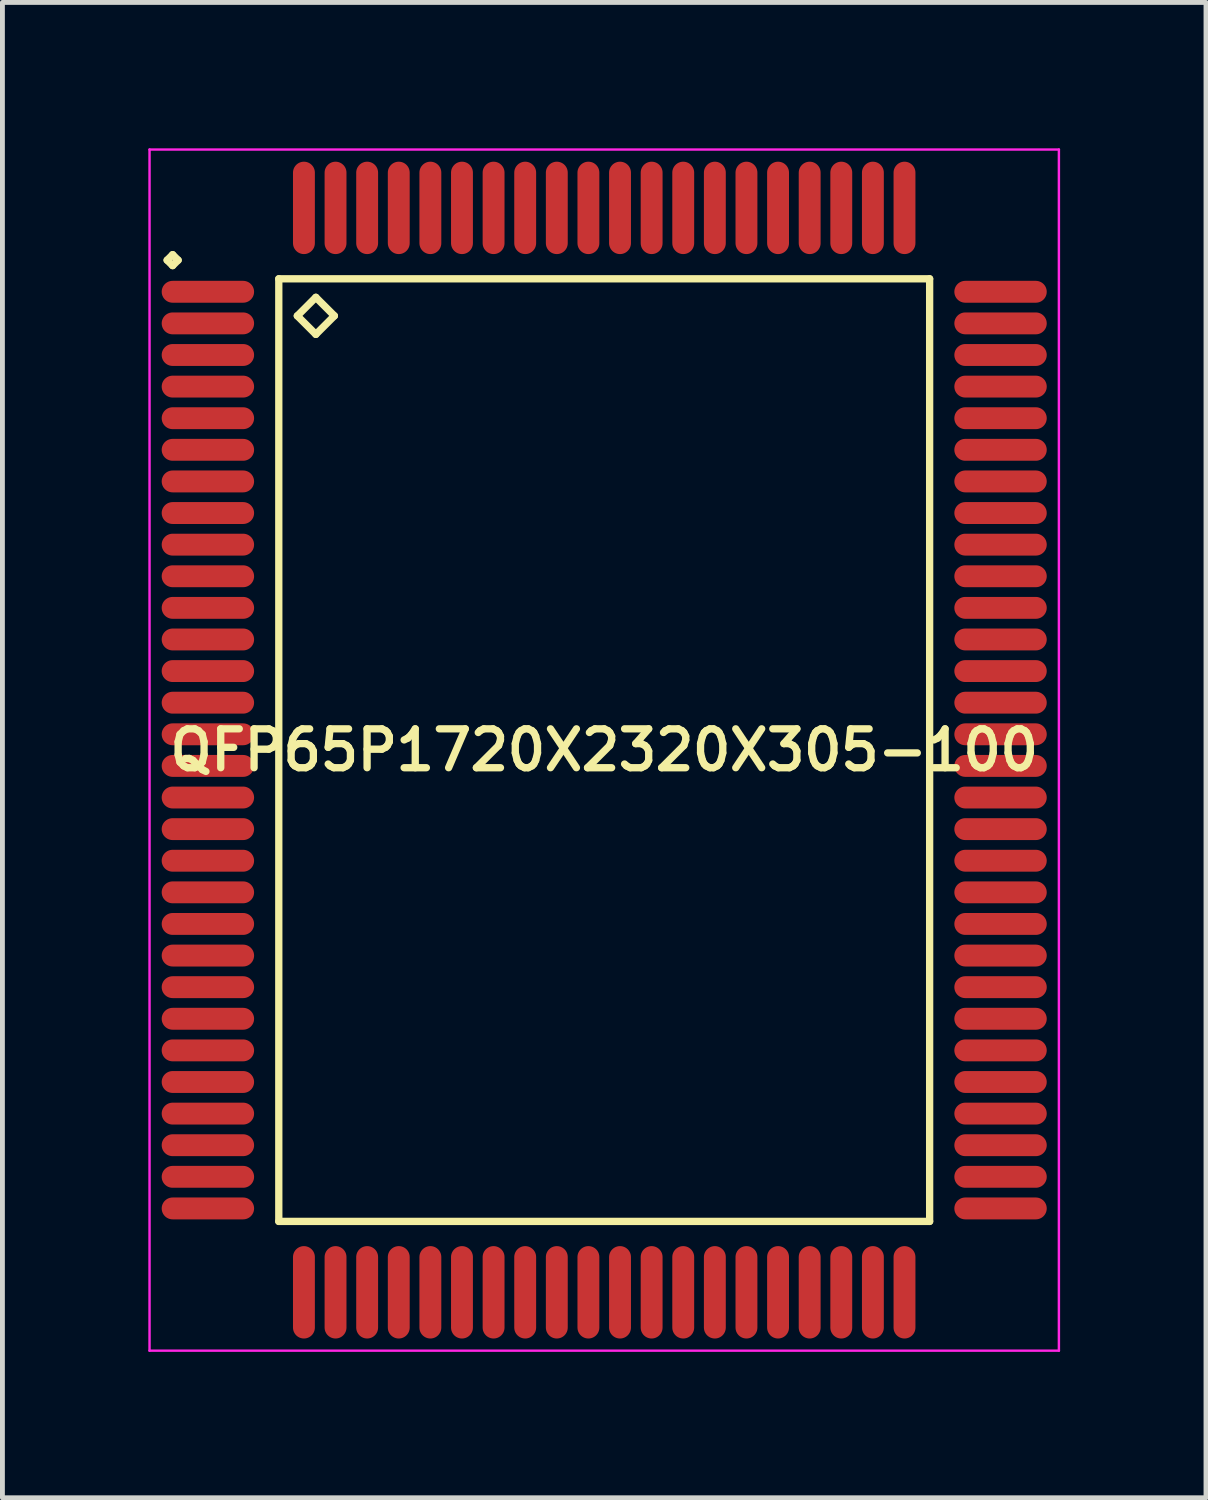
<source format=kicad_pcb>
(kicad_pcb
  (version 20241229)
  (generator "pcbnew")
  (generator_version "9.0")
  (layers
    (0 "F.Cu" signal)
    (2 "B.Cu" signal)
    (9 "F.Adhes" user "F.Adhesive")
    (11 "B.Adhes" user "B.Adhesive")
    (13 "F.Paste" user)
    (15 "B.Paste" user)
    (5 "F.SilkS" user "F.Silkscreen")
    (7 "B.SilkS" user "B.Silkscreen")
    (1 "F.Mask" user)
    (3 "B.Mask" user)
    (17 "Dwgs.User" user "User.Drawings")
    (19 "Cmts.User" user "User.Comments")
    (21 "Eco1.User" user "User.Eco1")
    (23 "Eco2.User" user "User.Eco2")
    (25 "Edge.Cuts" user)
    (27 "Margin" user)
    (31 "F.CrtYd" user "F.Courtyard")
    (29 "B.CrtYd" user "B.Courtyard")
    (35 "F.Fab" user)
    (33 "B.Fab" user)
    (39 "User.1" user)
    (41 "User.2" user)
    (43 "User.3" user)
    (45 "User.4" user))
  (footprint "QFP65P1720X2320X305-100"
    (layer "F.Cu")
    (at 9.375 12.375)
    (property "Reference" "QFP65P1720X2320X305-100" (at 0 0 0) (layer "F.SilkS") (effects (font (size 0.8 0.8) (thickness 0.15))))
    (attr smd)
    (fp_line (start -8.988 -10.075) (end -8.875 -10.188) (stroke (width 0.15) (type solid)) (layer "F.SilkS"))
    (fp_line (start -8.875 -10.188) (end -8.762 -10.075) (stroke (width 0.15) (type solid)) (layer "F.SilkS"))
    (fp_line (start -8.875 -9.963) (end -8.988 -10.075) (stroke (width 0.15) (type solid)) (layer "F.SilkS"))
    (fp_line (start -8.762 -10.075) (end -8.875 -9.963) (stroke (width 0.15) (type solid)) (layer "F.SilkS"))
    (fp_line (start -6.692 -9.692) (end -6.692 9.692) (stroke (width 0.15) (type solid)) (layer "F.SilkS"))
    (fp_line (start -6.692 9.692) (end 6.692 9.692) (stroke (width 0.15) (type solid)) (layer "F.SilkS"))
    (fp_line (start -6.311 -8.93) (end -5.93 -9.311) (stroke (width 0.15) (type solid)) (layer "F.SilkS"))
    (fp_line (start -5.93 -9.311) (end -5.549 -8.93) (stroke (width 0.15) (type solid)) (layer "F.SilkS"))
    (fp_line (start -5.93 -8.549) (end -6.311 -8.93) (stroke (width 0.15) (type solid)) (layer "F.SilkS"))
    (fp_line (start -5.549 -8.93) (end -5.93 -8.549) (stroke (width 0.15) (type solid)) (layer "F.SilkS"))
    (fp_line (start 6.692 -9.692) (end -6.692 -9.692) (stroke (width 0.15) (type solid)) (layer "F.SilkS"))
    (fp_line (start 6.692 9.692) (end 6.692 -9.692) (stroke (width 0.15) (type solid)) (layer "F.SilkS"))
    (fp_line (start -9.35 -12.35) (end 9.35 -12.35) (stroke (width 0.05) (type solid)) (layer "F.CrtYd"))
    (fp_line (start -9.35 12.35) (end -9.35 -12.35) (stroke (width 0.05) (type solid)) (layer "F.CrtYd"))
    (fp_line (start 9.35 -12.35) (end 9.35 12.35) (stroke (width 0.05) (type solid)) (layer "F.CrtYd"))
    (fp_line (start 9.35 12.35) (end -9.35 12.35) (stroke (width 0.05) (type solid)) (layer "F.CrtYd"))
    (pad "1" smd oval (at -8.15 -9.425) (size 1.9 0.45) (layers "F.Cu" "F.Mask" "F.Paste"))
    (pad "2" smd oval (at -8.15 -8.775) (size 1.9 0.45) (layers "F.Cu" "F.Mask" "F.Paste"))
    (pad "3" smd oval (at -8.15 -8.125) (size 1.9 0.45) (layers "F.Cu" "F.Mask" "F.Paste"))
    (pad "4" smd oval (at -8.15 -7.475) (size 1.9 0.45) (layers "F.Cu" "F.Mask" "F.Paste"))
    (pad "5" smd oval (at -8.15 -6.825) (size 1.9 0.45) (layers "F.Cu" "F.Mask" "F.Paste"))
    (pad "6" smd oval (at -8.15 -6.175) (size 1.9 0.45) (layers "F.Cu" "F.Mask" "F.Paste"))
    (pad "7" smd oval (at -8.15 -5.525) (size 1.9 0.45) (layers "F.Cu" "F.Mask" "F.Paste"))
    (pad "8" smd oval (at -8.15 -4.875) (size 1.9 0.45) (layers "F.Cu" "F.Mask" "F.Paste"))
    (pad "9" smd oval (at -8.15 -4.225) (size 1.9 0.45) (layers "F.Cu" "F.Mask" "F.Paste"))
    (pad "10" smd oval (at -8.15 -3.575) (size 1.9 0.45) (layers "F.Cu" "F.Mask" "F.Paste"))
    (pad "11" smd oval (at -8.15 -2.925) (size 1.9 0.45) (layers "F.Cu" "F.Mask" "F.Paste"))
    (pad "12" smd oval (at -8.15 -2.275) (size 1.9 0.45) (layers "F.Cu" "F.Mask" "F.Paste"))
    (pad "13" smd oval (at -8.15 -1.625) (size 1.9 0.45) (layers "F.Cu" "F.Mask" "F.Paste"))
    (pad "14" smd oval (at -8.15 -0.975) (size 1.9 0.45) (layers "F.Cu" "F.Mask" "F.Paste"))
    (pad "15" smd oval (at -8.15 -0.325) (size 1.9 0.45) (layers "F.Cu" "F.Mask" "F.Paste"))
    (pad "16" smd oval (at -8.15 0.325) (size 1.9 0.45) (layers "F.Cu" "F.Mask" "F.Paste"))
    (pad "17" smd oval (at -8.15 0.975) (size 1.9 0.45) (layers "F.Cu" "F.Mask" "F.Paste"))
    (pad "18" smd oval (at -8.15 1.625) (size 1.9 0.45) (layers "F.Cu" "F.Mask" "F.Paste"))
    (pad "19" smd oval (at -8.15 2.275) (size 1.9 0.45) (layers "F.Cu" "F.Mask" "F.Paste"))
    (pad "20" smd oval (at -8.15 2.925) (size 1.9 0.45) (layers "F.Cu" "F.Mask" "F.Paste"))
    (pad "21" smd oval (at -8.15 3.575) (size 1.9 0.45) (layers "F.Cu" "F.Mask" "F.Paste"))
    (pad "22" smd oval (at -8.15 4.225) (size 1.9 0.45) (layers "F.Cu" "F.Mask" "F.Paste"))
    (pad "23" smd oval (at -8.15 4.875) (size 1.9 0.45) (layers "F.Cu" "F.Mask" "F.Paste"))
    (pad "24" smd oval (at -8.15 5.525) (size 1.9 0.45) (layers "F.Cu" "F.Mask" "F.Paste"))
    (pad "25" smd oval (at -8.15 6.175) (size 1.9 0.45) (layers "F.Cu" "F.Mask" "F.Paste"))
    (pad "26" smd oval (at -8.15 6.825) (size 1.9 0.45) (layers "F.Cu" "F.Mask" "F.Paste"))
    (pad "27" smd oval (at -8.15 7.475) (size 1.9 0.45) (layers "F.Cu" "F.Mask" "F.Paste"))
    (pad "28" smd oval (at -8.15 8.125) (size 1.9 0.45) (layers "F.Cu" "F.Mask" "F.Paste"))
    (pad "29" smd oval (at -8.15 8.775) (size 1.9 0.45) (layers "F.Cu" "F.Mask" "F.Paste"))
    (pad "30" smd oval (at -8.15 9.425) (size 1.9 0.45) (layers "F.Cu" "F.Mask" "F.Paste"))
    (pad "31" smd oval (at -6.175 11.15) (size 0.45 1.9) (layers "F.Cu" "F.Mask" "F.Paste"))
    (pad "32" smd oval (at -5.525 11.15) (size 0.45 1.9) (layers "F.Cu" "F.Mask" "F.Paste"))
    (pad "33" smd oval (at -4.875 11.15) (size 0.45 1.9) (layers "F.Cu" "F.Mask" "F.Paste"))
    (pad "34" smd oval (at -4.225 11.15) (size 0.45 1.9) (layers "F.Cu" "F.Mask" "F.Paste"))
    (pad "35" smd oval (at -3.575 11.15) (size 0.45 1.9) (layers "F.Cu" "F.Mask" "F.Paste"))
    (pad "36" smd oval (at -2.925 11.15) (size 0.45 1.9) (layers "F.Cu" "F.Mask" "F.Paste"))
    (pad "37" smd oval (at -2.275 11.15) (size 0.45 1.9) (layers "F.Cu" "F.Mask" "F.Paste"))
    (pad "38" smd oval (at -1.625 11.15) (size 0.45 1.9) (layers "F.Cu" "F.Mask" "F.Paste"))
    (pad "39" smd oval (at -0.975 11.15) (size 0.45 1.9) (layers "F.Cu" "F.Mask" "F.Paste"))
    (pad "40" smd oval (at -0.325 11.15) (size 0.45 1.9) (layers "F.Cu" "F.Mask" "F.Paste"))
    (pad "41" smd oval (at 0.325 11.15) (size 0.45 1.9) (layers "F.Cu" "F.Mask" "F.Paste"))
    (pad "42" smd oval (at 0.975 11.15) (size 0.45 1.9) (layers "F.Cu" "F.Mask" "F.Paste"))
    (pad "43" smd oval (at 1.625 11.15) (size 0.45 1.9) (layers "F.Cu" "F.Mask" "F.Paste"))
    (pad "44" smd oval (at 2.275 11.15) (size 0.45 1.9) (layers "F.Cu" "F.Mask" "F.Paste"))
    (pad "45" smd oval (at 2.925 11.15) (size 0.45 1.9) (layers "F.Cu" "F.Mask" "F.Paste"))
    (pad "46" smd oval (at 3.575 11.15) (size 0.45 1.9) (layers "F.Cu" "F.Mask" "F.Paste"))
    (pad "47" smd oval (at 4.225 11.15) (size 0.45 1.9) (layers "F.Cu" "F.Mask" "F.Paste"))
    (pad "48" smd oval (at 4.875 11.15) (size 0.45 1.9) (layers "F.Cu" "F.Mask" "F.Paste"))
    (pad "49" smd oval (at 5.525 11.15) (size 0.45 1.9) (layers "F.Cu" "F.Mask" "F.Paste"))
    (pad "50" smd oval (at 6.175 11.15) (size 0.45 1.9) (layers "F.Cu" "F.Mask" "F.Paste"))
    (pad "51" smd oval (at 8.15 9.425) (size 1.9 0.45) (layers "F.Cu" "F.Mask" "F.Paste"))
    (pad "52" smd oval (at 8.15 8.775) (size 1.9 0.45) (layers "F.Cu" "F.Mask" "F.Paste"))
    (pad "53" smd oval (at 8.15 8.125) (size 1.9 0.45) (layers "F.Cu" "F.Mask" "F.Paste"))
    (pad "54" smd oval (at 8.15 7.475) (size 1.9 0.45) (layers "F.Cu" "F.Mask" "F.Paste"))
    (pad "55" smd oval (at 8.15 6.825) (size 1.9 0.45) (layers "F.Cu" "F.Mask" "F.Paste"))
    (pad "56" smd oval (at 8.15 6.175) (size 1.9 0.45) (layers "F.Cu" "F.Mask" "F.Paste"))
    (pad "57" smd oval (at 8.15 5.525) (size 1.9 0.45) (layers "F.Cu" "F.Mask" "F.Paste"))
    (pad "58" smd oval (at 8.15 4.875) (size 1.9 0.45) (layers "F.Cu" "F.Mask" "F.Paste"))
    (pad "59" smd oval (at 8.15 4.225) (size 1.9 0.45) (layers "F.Cu" "F.Mask" "F.Paste"))
    (pad "60" smd oval (at 8.15 3.575) (size 1.9 0.45) (layers "F.Cu" "F.Mask" "F.Paste"))
    (pad "61" smd oval (at 8.15 2.925) (size 1.9 0.45) (layers "F.Cu" "F.Mask" "F.Paste"))
    (pad "62" smd oval (at 8.15 2.275) (size 1.9 0.45) (layers "F.Cu" "F.Mask" "F.Paste"))
    (pad "63" smd oval (at 8.15 1.625) (size 1.9 0.45) (layers "F.Cu" "F.Mask" "F.Paste"))
    (pad "64" smd oval (at 8.15 0.975) (size 1.9 0.45) (layers "F.Cu" "F.Mask" "F.Paste"))
    (pad "65" smd oval (at 8.15 0.325) (size 1.9 0.45) (layers "F.Cu" "F.Mask" "F.Paste"))
    (pad "66" smd oval (at 8.15 -0.325) (size 1.9 0.45) (layers "F.Cu" "F.Mask" "F.Paste"))
    (pad "67" smd oval (at 8.15 -0.975) (size 1.9 0.45) (layers "F.Cu" "F.Mask" "F.Paste"))
    (pad "68" smd oval (at 8.15 -1.625) (size 1.9 0.45) (layers "F.Cu" "F.Mask" "F.Paste"))
    (pad "69" smd oval (at 8.15 -2.275) (size 1.9 0.45) (layers "F.Cu" "F.Mask" "F.Paste"))
    (pad "70" smd oval (at 8.15 -2.925) (size 1.9 0.45) (layers "F.Cu" "F.Mask" "F.Paste"))
    (pad "71" smd oval (at 8.15 -3.575) (size 1.9 0.45) (layers "F.Cu" "F.Mask" "F.Paste"))
    (pad "72" smd oval (at 8.15 -4.225) (size 1.9 0.45) (layers "F.Cu" "F.Mask" "F.Paste"))
    (pad "73" smd oval (at 8.15 -4.875) (size 1.9 0.45) (layers "F.Cu" "F.Mask" "F.Paste"))
    (pad "74" smd oval (at 8.15 -5.525) (size 1.9 0.45) (layers "F.Cu" "F.Mask" "F.Paste"))
    (pad "75" smd oval (at 8.15 -6.175) (size 1.9 0.45) (layers "F.Cu" "F.Mask" "F.Paste"))
    (pad "76" smd oval (at 8.15 -6.825) (size 1.9 0.45) (layers "F.Cu" "F.Mask" "F.Paste"))
    (pad "77" smd oval (at 8.15 -7.475) (size 1.9 0.45) (layers "F.Cu" "F.Mask" "F.Paste"))
    (pad "78" smd oval (at 8.15 -8.125) (size 1.9 0.45) (layers "F.Cu" "F.Mask" "F.Paste"))
    (pad "79" smd oval (at 8.15 -8.775) (size 1.9 0.45) (layers "F.Cu" "F.Mask" "F.Paste"))
    (pad "80" smd oval (at 8.15 -9.425) (size 1.9 0.45) (layers "F.Cu" "F.Mask" "F.Paste"))
    (pad "81" smd oval (at 6.175 -11.15) (size 0.45 1.9) (layers "F.Cu" "F.Mask" "F.Paste"))
    (pad "82" smd oval (at 5.525 -11.15) (size 0.45 1.9) (layers "F.Cu" "F.Mask" "F.Paste"))
    (pad "83" smd oval (at 4.875 -11.15) (size 0.45 1.9) (layers "F.Cu" "F.Mask" "F.Paste"))
    (pad "84" smd oval (at 4.225 -11.15) (size 0.45 1.9) (layers "F.Cu" "F.Mask" "F.Paste"))
    (pad "85" smd oval (at 3.575 -11.15) (size 0.45 1.9) (layers "F.Cu" "F.Mask" "F.Paste"))
    (pad "86" smd oval (at 2.925 -11.15) (size 0.45 1.9) (layers "F.Cu" "F.Mask" "F.Paste"))
    (pad "87" smd oval (at 2.275 -11.15) (size 0.45 1.9) (layers "F.Cu" "F.Mask" "F.Paste"))
    (pad "88" smd oval (at 1.625 -11.15) (size 0.45 1.9) (layers "F.Cu" "F.Mask" "F.Paste"))
    (pad "89" smd oval (at 0.975 -11.15) (size 0.45 1.9) (layers "F.Cu" "F.Mask" "F.Paste"))
    (pad "90" smd oval (at 0.325 -11.15) (size 0.45 1.9) (layers "F.Cu" "F.Mask" "F.Paste"))
    (pad "91" smd oval (at -0.325 -11.15) (size 0.45 1.9) (layers "F.Cu" "F.Mask" "F.Paste"))
    (pad "92" smd oval (at -0.975 -11.15) (size 0.45 1.9) (layers "F.Cu" "F.Mask" "F.Paste"))
    (pad "93" smd oval (at -1.625 -11.15) (size 0.45 1.9) (layers "F.Cu" "F.Mask" "F.Paste"))
    (pad "94" smd oval (at -2.275 -11.15) (size 0.45 1.9) (layers "F.Cu" "F.Mask" "F.Paste"))
    (pad "95" smd oval (at -2.925 -11.15) (size 0.45 1.9) (layers "F.Cu" "F.Mask" "F.Paste"))
    (pad "96" smd oval (at -3.575 -11.15) (size 0.45 1.9) (layers "F.Cu" "F.Mask" "F.Paste"))
    (pad "97" smd oval (at -4.225 -11.15) (size 0.45 1.9) (layers "F.Cu" "F.Mask" "F.Paste"))
    (pad "98" smd oval (at -4.875 -11.15) (size 0.45 1.9) (layers "F.Cu" "F.Mask" "F.Paste"))
    (pad "99" smd oval (at -5.525 -11.15) (size 0.45 1.9) (layers "F.Cu" "F.Mask" "F.Paste"))
    (pad "100" smd oval (at -6.175 -11.15) (size 0.45 1.9) (layers "F.Cu" "F.Mask" "F.Paste")))
  (gr_rect
    (start -3 -3)
    (end 21.75 27.75)
    (stroke (width 0.1) (type default))
    (fill no)
    (layer "Edge.Cuts")))
</source>
